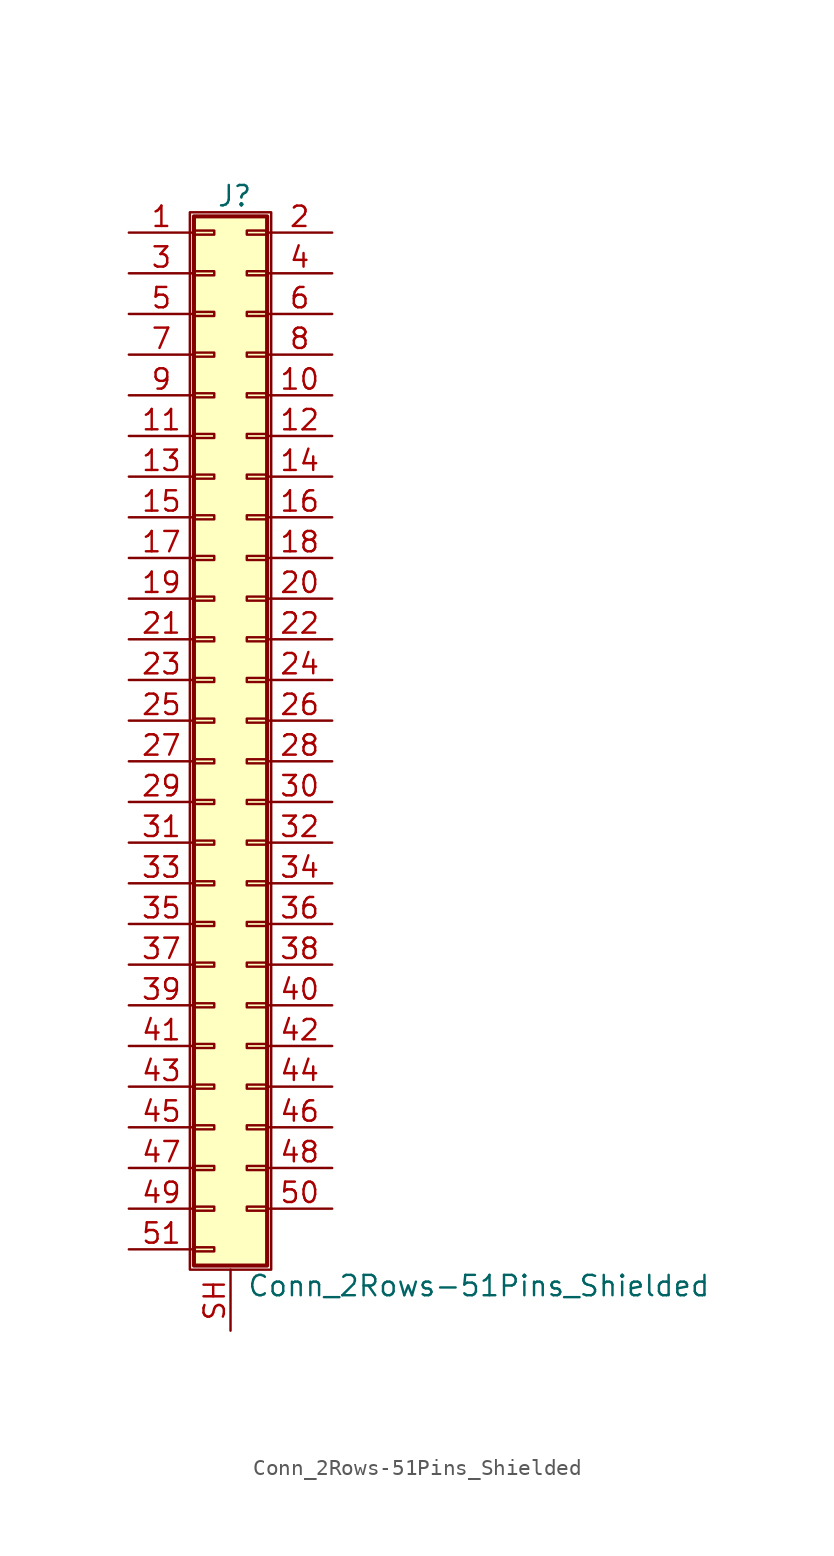
<source format=kicad_sym>
(kicad_symbol_lib
  (version 20201005)
  (generator kicad_symbol_editor)
  (symbol "Conn_2Rows-51Pins_Shielded"
    (pin_names
      (offset 1.016) hide)
    (property "Reference" "J"
      (at 1.524 32.766 0)
      (effects (font (size 1.27 1.27))))
    (property "Value" "Conn_2Rows-51Pins_Shielded"
      (at 2.286 -35.306 0)
      (effects (font (size 1.27 1.27)) (justify left)))
    (symbol "Conn_2Rows-51Pins_Shielded_1_1"
      (rectangle (start -1.27 31.75) (end 3.81 -34.29) (stroke (width 0.152)) (fill (type none)))
      (rectangle (start -1.016 -32.893) (end 0.254 -33.147) (stroke (width 0.152)) (fill (type none)))
      (rectangle (start -1.016 -30.353) (end 0.254 -30.607) (stroke (width 0.152)) (fill (type none)))
      (rectangle (start -1.016 -27.813) (end 0.254 -28.067) (stroke (width 0.152)) (fill (type none)))
      (rectangle (start -1.016 -25.273) (end 0.254 -25.527) (stroke (width 0.152)) (fill (type none)))
      (rectangle (start -1.016 -22.733) (end 0.254 -22.987) (stroke (width 0.152)) (fill (type none)))
      (rectangle (start -1.016 -20.193) (end 0.254 -20.447) (stroke (width 0.152)) (fill (type none)))
      (rectangle (start -1.016 -17.653) (end 0.254 -17.907) (stroke (width 0.152)) (fill (type none)))
      (rectangle (start -1.016 -15.113) (end 0.254 -15.367) (stroke (width 0.152)) (fill (type none)))
      (rectangle (start -1.016 -12.573) (end 0.254 -12.827) (stroke (width 0.152)) (fill (type none)))
      (rectangle (start -1.016 -10.033) (end 0.254 -10.287) (stroke (width 0.152)) (fill (type none)))
      (rectangle (start -1.016 -7.493) (end 0.254 -7.747) (stroke (width 0.152)) (fill (type none)))
      (rectangle (start -1.016 -4.953) (end 0.254 -5.207) (stroke (width 0.152)) (fill (type none)))
      (rectangle (start -1.016 -2.413) (end 0.254 -2.667) (stroke (width 0.152)) (fill (type none)))
      (rectangle (start -1.016 0.127) (end 0.254 -0.127) (stroke (width 0.152)) (fill (type none)))
      (rectangle (start -1.016 2.667) (end 0.254 2.413) (stroke (width 0.152)) (fill (type none)))
      (rectangle (start -1.016 5.207) (end 0.254 4.953) (stroke (width 0.152)) (fill (type none)))
      (rectangle (start -1.016 7.747) (end 0.254 7.493) (stroke (width 0.152)) (fill (type none)))
      (rectangle (start -1.016 10.287) (end 0.254 10.033) (stroke (width 0.152)) (fill (type none)))
      (rectangle (start -1.016 12.827) (end 0.254 12.573) (stroke (width 0.152)) (fill (type none)))
      (rectangle (start -1.016 15.367) (end 0.254 15.113) (stroke (width 0.152)) (fill (type none)))
      (rectangle (start -1.016 17.907) (end 0.254 17.653) (stroke (width 0.152)) (fill (type none)))
      (rectangle (start -1.016 20.447) (end 0.254 20.193) (stroke (width 0.152)) (fill (type none)))
      (rectangle (start -1.016 22.987) (end 0.254 22.733) (stroke (width 0.152)) (fill (type none)))
      (rectangle (start -1.016 25.527) (end 0.254 25.273) (stroke (width 0.152)) (fill (type none)))
      (rectangle (start -1.016 28.067) (end 0.254 27.813) (stroke (width 0.152)) (fill (type none)))
      (rectangle (start -1.016 30.607) (end 0.254 30.353) (stroke (width 0.152)) (fill (type none)))
      (rectangle (start -1.016 31.496) (end 3.556 -34.036) (stroke (width 0.254)) (fill (type background)))
      (rectangle (start 3.556 -30.353) (end 2.286 -30.607) (stroke (width 0.152)) (fill (type none)))
      (rectangle (start 3.556 -27.813) (end 2.286 -28.067) (stroke (width 0.152)) (fill (type none)))
      (rectangle (start 3.556 -25.273) (end 2.286 -25.527) (stroke (width 0.152)) (fill (type none)))
      (rectangle (start 3.556 -22.733) (end 2.286 -22.987) (stroke (width 0.152)) (fill (type none)))
      (rectangle (start 3.556 -20.193) (end 2.286 -20.447) (stroke (width 0.152)) (fill (type none)))
      (rectangle (start 3.556 -17.653) (end 2.286 -17.907) (stroke (width 0.152)) (fill (type none)))
      (rectangle (start 3.556 -15.113) (end 2.286 -15.367) (stroke (width 0.152)) (fill (type none)))
      (rectangle (start 3.556 -12.573) (end 2.286 -12.827) (stroke (width 0.152)) (fill (type none)))
      (rectangle (start 3.556 -10.033) (end 2.286 -10.287) (stroke (width 0.152)) (fill (type none)))
      (rectangle (start 3.556 -7.493) (end 2.286 -7.747) (stroke (width 0.152)) (fill (type none)))
      (rectangle (start 3.556 -4.953) (end 2.286 -5.207) (stroke (width 0.152)) (fill (type none)))
      (rectangle (start 3.556 -2.413) (end 2.286 -2.667) (stroke (width 0.152)) (fill (type none)))
      (rectangle (start 3.556 0.127) (end 2.286 -0.127) (stroke (width 0.152)) (fill (type none)))
      (rectangle (start 3.556 2.667) (end 2.286 2.413) (stroke (width 0.152)) (fill (type none)))
      (rectangle (start 3.556 5.207) (end 2.286 4.953) (stroke (width 0.152)) (fill (type none)))
      (rectangle (start 3.556 7.747) (end 2.286 7.493) (stroke (width 0.152)) (fill (type none)))
      (rectangle (start 3.556 10.287) (end 2.286 10.033) (stroke (width 0.152)) (fill (type none)))
      (rectangle (start 3.556 12.827) (end 2.286 12.573) (stroke (width 0.152)) (fill (type none)))
      (rectangle (start 3.556 15.367) (end 2.286 15.113) (stroke (width 0.152)) (fill (type none)))
      (rectangle (start 3.556 17.907) (end 2.286 17.653) (stroke (width 0.152)) (fill (type none)))
      (rectangle (start 3.556 20.447) (end 2.286 20.193) (stroke (width 0.152)) (fill (type none)))
      (rectangle (start 3.556 22.987) (end 2.286 22.733) (stroke (width 0.152)) (fill (type none)))
      (rectangle (start 3.556 25.527) (end 2.286 25.273) (stroke (width 0.152)) (fill (type none)))
      (rectangle (start 3.556 28.067) (end 2.286 27.813) (stroke (width 0.152)) (fill (type none)))
      (rectangle (start 3.556 30.607) (end 2.286 30.353) (stroke (width 0.152)) (fill (type none)))
      (pin passive line (at -5.08 30.48 0) (length 4.064) (name "Pin_1" (effects (font (size 1.27 1.27)))) (number "1" (effects (font (size 1.27 1.27)))))
      (pin passive line (at 7.62 20.32 180) (length 4.064) (name "Pin_10" (effects (font (size 1.27 1.27)))) (number "10" (effects (font (size 1.27 1.27)))))
      (pin passive line (at -5.08 17.78 0) (length 4.064) (name "Pin_11" (effects (font (size 1.27 1.27)))) (number "11" (effects (font (size 1.27 1.27)))))
      (pin passive line (at 7.62 17.78 180) (length 4.064) (name "Pin_12" (effects (font (size 1.27 1.27)))) (number "12" (effects (font (size 1.27 1.27)))))
      (pin passive line (at -5.08 15.24 0) (length 4.064) (name "Pin_13" (effects (font (size 1.27 1.27)))) (number "13" (effects (font (size 1.27 1.27)))))
      (pin passive line (at 7.62 15.24 180) (length 4.064) (name "Pin_14" (effects (font (size 1.27 1.27)))) (number "14" (effects (font (size 1.27 1.27)))))
      (pin passive line (at -5.08 12.7 0) (length 4.064) (name "Pin_15" (effects (font (size 1.27 1.27)))) (number "15" (effects (font (size 1.27 1.27)))))
      (pin passive line (at 7.62 12.7 180) (length 4.064) (name "Pin_16" (effects (font (size 1.27 1.27)))) (number "16" (effects (font (size 1.27 1.27)))))
      (pin passive line (at -5.08 10.16 0) (length 4.064) (name "Pin_17" (effects (font (size 1.27 1.27)))) (number "17" (effects (font (size 1.27 1.27)))))
      (pin passive line (at 7.62 10.16 180) (length 4.064) (name "Pin_18" (effects (font (size 1.27 1.27)))) (number "18" (effects (font (size 1.27 1.27)))))
      (pin passive line (at -5.08 7.62 0) (length 4.064) (name "Pin_19" (effects (font (size 1.27 1.27)))) (number "19" (effects (font (size 1.27 1.27)))))
      (pin passive line (at 7.62 30.48 180) (length 4.064) (name "Pin_2" (effects (font (size 1.27 1.27)))) (number "2" (effects (font (size 1.27 1.27)))))
      (pin passive line (at 7.62 7.62 180) (length 4.064) (name "Pin_20" (effects (font (size 1.27 1.27)))) (number "20" (effects (font (size 1.27 1.27)))))
      (pin passive line (at -5.08 5.08 0) (length 4.064) (name "Pin_21" (effects (font (size 1.27 1.27)))) (number "21" (effects (font (size 1.27 1.27)))))
      (pin passive line (at 7.62 5.08 180) (length 4.064) (name "Pin_22" (effects (font (size 1.27 1.27)))) (number "22" (effects (font (size 1.27 1.27)))))
      (pin passive line (at -5.08 2.54 0) (length 4.064) (name "Pin_23" (effects (font (size 1.27 1.27)))) (number "23" (effects (font (size 1.27 1.27)))))
      (pin passive line (at 7.62 2.54 180) (length 4.064) (name "Pin_24" (effects (font (size 1.27 1.27)))) (number "24" (effects (font (size 1.27 1.27)))))
      (pin passive line (at -5.08 0 0) (length 4.064) (name "Pin_25" (effects (font (size 1.27 1.27)))) (number "25" (effects (font (size 1.27 1.27)))))
      (pin passive line (at 7.62 0 180) (length 4.064) (name "Pin_26" (effects (font (size 1.27 1.27)))) (number "26" (effects (font (size 1.27 1.27)))))
      (pin passive line (at -5.08 -2.54 0) (length 4.064) (name "Pin_27" (effects (font (size 1.27 1.27)))) (number "27" (effects (font (size 1.27 1.27)))))
      (pin passive line (at 7.62 -2.54 180) (length 4.064) (name "Pin_28" (effects (font (size 1.27 1.27)))) (number "28" (effects (font (size 1.27 1.27)))))
      (pin passive line (at -5.08 -5.08 0) (length 4.064) (name "Pin_29" (effects (font (size 1.27 1.27)))) (number "29" (effects (font (size 1.27 1.27)))))
      (pin passive line (at -5.08 27.94 0) (length 4.064) (name "Pin_3" (effects (font (size 1.27 1.27)))) (number "3" (effects (font (size 1.27 1.27)))))
      (pin passive line (at 7.62 -5.08 180) (length 4.064) (name "Pin_30" (effects (font (size 1.27 1.27)))) (number "30" (effects (font (size 1.27 1.27)))))
      (pin passive line (at -5.08 -7.62 0) (length 4.064) (name "Pin_31" (effects (font (size 1.27 1.27)))) (number "31" (effects (font (size 1.27 1.27)))))
      (pin passive line (at 7.62 -7.62 180) (length 4.064) (name "Pin_32" (effects (font (size 1.27 1.27)))) (number "32" (effects (font (size 1.27 1.27)))))
      (pin passive line (at -5.08 -10.16 0) (length 4.064) (name "Pin_33" (effects (font (size 1.27 1.27)))) (number "33" (effects (font (size 1.27 1.27)))))
      (pin passive line (at 7.62 -10.16 180) (length 4.064) (name "Pin_34" (effects (font (size 1.27 1.27)))) (number "34" (effects (font (size 1.27 1.27)))))
      (pin passive line (at -5.08 -12.7 0) (length 4.064) (name "Pin_35" (effects (font (size 1.27 1.27)))) (number "35" (effects (font (size 1.27 1.27)))))
      (pin passive line (at 7.62 -12.7 180) (length 4.064) (name "Pin_36" (effects (font (size 1.27 1.27)))) (number "36" (effects (font (size 1.27 1.27)))))
      (pin passive line (at -5.08 -15.24 0) (length 4.064) (name "Pin_37" (effects (font (size 1.27 1.27)))) (number "37" (effects (font (size 1.27 1.27)))))
      (pin passive line (at 7.62 -15.24 180) (length 4.064) (name "Pin_38" (effects (font (size 1.27 1.27)))) (number "38" (effects (font (size 1.27 1.27)))))
      (pin passive line (at -5.08 -17.78 0) (length 4.064) (name "Pin_39" (effects (font (size 1.27 1.27)))) (number "39" (effects (font (size 1.27 1.27)))))
      (pin passive line (at 7.62 27.94 180) (length 4.064) (name "Pin_4" (effects (font (size 1.27 1.27)))) (number "4" (effects (font (size 1.27 1.27)))))
      (pin passive line (at 7.62 -17.78 180) (length 4.064) (name "Pin_40" (effects (font (size 1.27 1.27)))) (number "40" (effects (font (size 1.27 1.27)))))
      (pin passive line (at -5.08 -20.32 0) (length 4.064) (name "Pin_41" (effects (font (size 1.27 1.27)))) (number "41" (effects (font (size 1.27 1.27)))))
      (pin passive line (at 7.62 -20.32 180) (length 4.064) (name "Pin_42" (effects (font (size 1.27 1.27)))) (number "42" (effects (font (size 1.27 1.27)))))
      (pin passive line (at -5.08 -22.86 0) (length 4.064) (name "Pin_43" (effects (font (size 1.27 1.27)))) (number "43" (effects (font (size 1.27 1.27)))))
      (pin passive line (at 7.62 -22.86 180) (length 4.064) (name "Pin_44" (effects (font (size 1.27 1.27)))) (number "44" (effects (font (size 1.27 1.27)))))
      (pin passive line (at -5.08 -25.4 0) (length 4.064) (name "Pin_45" (effects (font (size 1.27 1.27)))) (number "45" (effects (font (size 1.27 1.27)))))
      (pin passive line (at 7.62 -25.4 180) (length 4.064) (name "Pin_46" (effects (font (size 1.27 1.27)))) (number "46" (effects (font (size 1.27 1.27)))))
      (pin passive line (at -5.08 -27.94 0) (length 4.064) (name "Pin_47" (effects (font (size 1.27 1.27)))) (number "47" (effects (font (size 1.27 1.27)))))
      (pin passive line (at 7.62 -27.94 180) (length 4.064) (name "Pin_48" (effects (font (size 1.27 1.27)))) (number "48" (effects (font (size 1.27 1.27)))))
      (pin passive line (at -5.08 -30.48 0) (length 4.064) (name "Pin_49" (effects (font (size 1.27 1.27)))) (number "49" (effects (font (size 1.27 1.27)))))
      (pin passive line (at -5.08 25.4 0) (length 4.064) (name "Pin_5" (effects (font (size 1.27 1.27)))) (number "5" (effects (font (size 1.27 1.27)))))
      (pin passive line (at 7.62 -30.48 180) (length 4.064) (name "Pin_50" (effects (font (size 1.27 1.27)))) (number "50" (effects (font (size 1.27 1.27)))))
      (pin passive line (at -5.08 -33.02 0) (length 4.064) (name "Pin_51" (effects (font (size 1.27 1.27)))) (number "51" (effects (font (size 1.27 1.27)))))
      (pin passive line (at 7.62 25.4 180) (length 4.064) (name "Pin_6" (effects (font (size 1.27 1.27)))) (number "6" (effects (font (size 1.27 1.27)))))
      (pin passive line (at -5.08 22.86 0) (length 4.064) (name "Pin_7" (effects (font (size 1.27 1.27)))) (number "7" (effects (font (size 1.27 1.27)))))
      (pin passive line (at 7.62 22.86 180) (length 4.064) (name "Pin_8" (effects (font (size 1.27 1.27)))) (number "8" (effects (font (size 1.27 1.27)))))
      (pin passive line (at -5.08 20.32 0) (length 4.064) (name "Pin_9" (effects (font (size 1.27 1.27)))) (number "9" (effects (font (size 1.27 1.27)))))
      (pin passive line (at 1.27 -38.1 90) (length 3.81) (name "Shield" (effects (font (size 1.27 1.27)))) (number "SH" (effects (font (size 1.27 1.27))))))))
</source>
